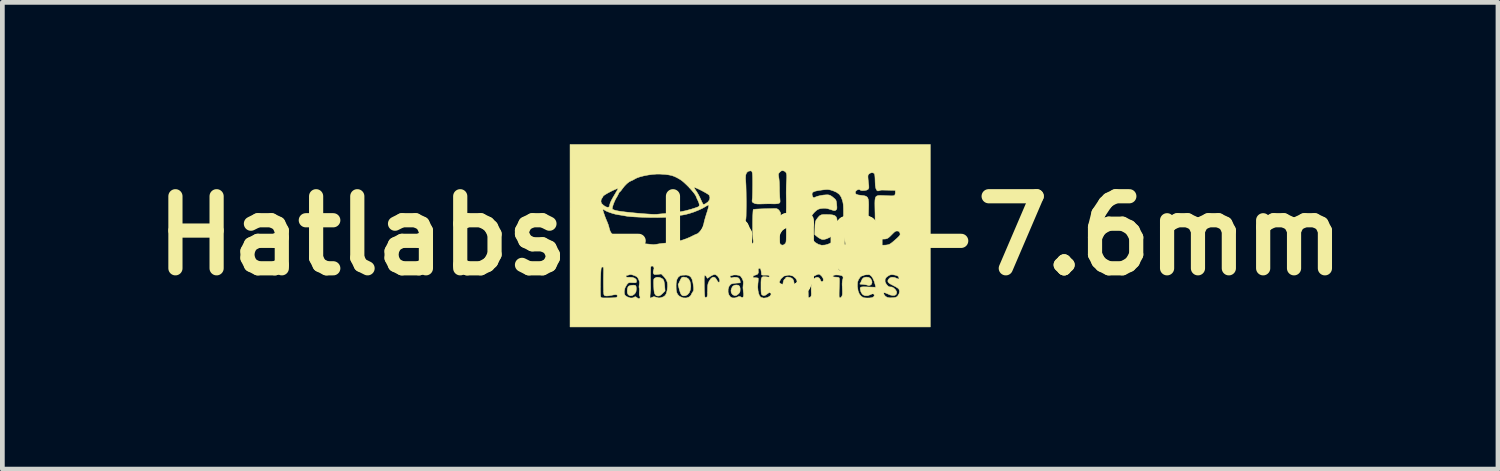
<source format=kicad_pcb>
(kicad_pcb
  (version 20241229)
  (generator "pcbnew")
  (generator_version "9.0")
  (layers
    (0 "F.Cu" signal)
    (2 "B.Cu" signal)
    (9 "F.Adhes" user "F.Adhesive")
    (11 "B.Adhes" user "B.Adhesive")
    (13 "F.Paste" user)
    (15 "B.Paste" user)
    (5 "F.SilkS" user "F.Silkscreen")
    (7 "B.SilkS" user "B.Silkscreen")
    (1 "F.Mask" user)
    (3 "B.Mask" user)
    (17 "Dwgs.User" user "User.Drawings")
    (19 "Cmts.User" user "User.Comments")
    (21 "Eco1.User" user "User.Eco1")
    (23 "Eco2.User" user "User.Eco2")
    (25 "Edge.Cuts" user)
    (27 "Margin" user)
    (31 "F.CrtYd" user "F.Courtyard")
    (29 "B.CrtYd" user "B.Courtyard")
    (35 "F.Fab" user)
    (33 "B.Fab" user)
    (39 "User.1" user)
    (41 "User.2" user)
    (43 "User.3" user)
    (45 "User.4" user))
  (footprint "Hatlabs-logo-7.6mm"
    (layer "F.Cu")
    (at 12.816 1.935)
    (property "Reference" "Hatlabs-logo-7.6mm" (at 0 0 0) (layer "F.SilkS") (effects (font (size 1.524 1.524) (thickness 0.3))))
    (attr through_hole)
    (fp_poly (pts (xy -0.249 1.048) (xy -0.224 1.069) (xy -0.213 1.109) (xy -0.212 1.139) (xy -0.215 1.18) (xy -0.227 1.208) (xy -0.252 1.234) (xy -0.291 1.262) (xy -0.326 1.268) (xy -0.362 1.252) (xy -0.373 1.244) (xy -0.4 1.207) (xy -0.406 1.159) (xy -0.393 1.11) (xy -0.368 1.068) (xy -0.329 1.046) (xy -0.29 1.042) (xy -0.249 1.048)) (stroke (width 0.01) (type solid)) (fill yes) (layer "F.SilkS"))
    (fp_poly (pts (xy -2.436 1.049) (xy -2.426 1.053) (xy -2.413 1.073) (xy -2.408 1.113) (xy -2.409 1.131) (xy -2.413 1.177) (xy -2.427 1.209) (xy -2.446 1.233) (xy -2.486 1.262) (xy -2.528 1.271) (xy -2.565 1.259) (xy -2.586 1.238) (xy -2.598 1.203) (xy -2.6 1.158) (xy -2.594 1.112) (xy -2.58 1.077) (xy -2.574 1.07) (xy -2.55 1.058) (xy -2.511 1.049) (xy -2.469 1.046) (xy -2.436 1.049)) (stroke (width 0.01) (type solid)) (fill yes) (layer "F.SilkS"))
    (fp_poly (pts (xy -1.343 0.887) (xy -1.3 0.918) (xy -1.272 0.97) (xy -1.259 1.042) (xy -1.257 1.076) (xy -1.266 1.147) (xy -1.289 1.205) (xy -1.325 1.247) (xy -1.371 1.27) (xy -1.413 1.272) (xy -1.438 1.264) (xy -1.459 1.244) (xy -1.477 1.207) (xy -1.495 1.151) (xy -1.503 1.118) (xy -1.524 1.036) (xy -1.486 0.956) (xy -1.466 0.914) (xy -1.451 0.89) (xy -1.435 0.879) (xy -1.413 0.876) (xy -1.4 0.876) (xy -1.343 0.887)) (stroke (width 0.01) (type solid)) (fill yes) (layer "F.SilkS"))
    (fp_poly (pts (xy 2.502 0.88) (xy 2.533 0.896) (xy 2.547 0.91) (xy 2.571 0.95) (xy 2.577 0.992) (xy 2.564 1.028) (xy 2.558 1.034) (xy 2.533 1.05) (xy 2.504 1.054) (xy 2.488 1.049) (xy 2.472 1.043) (xy 2.44 1.037) (xy 2.4 1.031) (xy 2.362 1.027) (xy 2.338 1.026) (xy 2.32 1.023) (xy 2.32 1.018) (xy 2.332 1.001) (xy 2.346 0.971) (xy 2.348 0.966) (xy 2.37 0.917) (xy 2.399 0.889) (xy 2.44 0.877) (xy 2.46 0.876) (xy 2.502 0.88)) (stroke (width 0.01) (type solid)) (fill yes) (layer "F.SilkS"))
    (fp_poly (pts (xy -1.923 0.882) (xy -1.887 0.894) (xy -1.857 0.91) (xy -1.836 0.931) (xy -1.823 0.963) (xy -1.814 1.011) (xy -1.808 1.064) (xy -1.8 1.166) (xy -1.849 1.217) (xy -1.892 1.256) (xy -1.928 1.274) (xy -1.963 1.274) (xy -1.977 1.27) (xy -2.001 1.255) (xy -2.018 1.231) (xy -2.029 1.194) (xy -2.036 1.139) (xy -2.04 1.062) (xy -2.04 1.058) (xy -2.042 0.996) (xy -2.041 0.954) (xy -2.039 0.928) (xy -2.033 0.911) (xy -2.023 0.901) (xy -2.016 0.896) (xy -1.974 0.878) (xy -1.923 0.882)) (stroke (width 0.01) (type solid)) (fill yes) (layer "F.SilkS"))
    (fp_poly (pts (xy 0.824 0.878) (xy 0.864 0.891) (xy 0.879 0.899) (xy 0.903 0.92) (xy 0.919 0.953) (xy 0.929 1.001) (xy 0.933 1.069) (xy 0.933 1.086) (xy 0.927 1.16) (xy 0.909 1.215) (xy 0.879 1.249) (xy 0.866 1.255) (xy 0.833 1.267) (xy 0.813 1.274) (xy 0.791 1.272) (xy 0.76 1.258) (xy 0.747 1.251) (xy 0.72 1.231) (xy 0.702 1.211) (xy 0.693 1.184) (xy 0.688 1.143) (xy 0.686 1.09) (xy 0.689 1.034) (xy 0.698 0.983) (xy 0.71 0.943) (xy 0.726 0.919) (xy 0.736 0.914) (xy 0.748 0.904) (xy 0.749 0.895) (xy 0.76 0.88) (xy 0.787 0.874) (xy 0.824 0.878)) (stroke (width 0.01) (type solid)) (fill yes) (layer "F.SilkS"))
    (fp_poly (pts (xy 1.682 -0.446) (xy 1.745 -0.439) (xy 1.789 -0.425) (xy 1.817 -0.4) (xy 1.833 -0.363) (xy 1.84 -0.311) (xy 1.841 -0.255) (xy 1.836 -0.166) (xy 1.817 -0.095) (xy 1.783 -0.04) (xy 1.731 0.006) (xy 1.678 0.037) (xy 1.613 0.066) (xy 1.563 0.079) (xy 1.522 0.079) (xy 1.491 0.068) (xy 1.455 0.048) (xy 1.416 0.02) (xy 1.408 0.013) (xy 1.365 -0.023) (xy 1.369 -0.16) (xy 1.371 -0.223) (xy 1.375 -0.267) (xy 1.381 -0.298) (xy 1.39 -0.322) (xy 1.404 -0.344) (xy 1.441 -0.393) (xy 1.472 -0.424) (xy 1.506 -0.441) (xy 1.55 -0.448) (xy 1.597 -0.448) (xy 1.682 -0.446)) (stroke (width 0.01) (type solid)) (fill yes) (layer "F.SilkS"))
    (fp_poly (pts (xy 3.81 1.93) (xy -3.81 1.93) (xy -3.81 1.154) (xy -3.168 1.154) (xy -3.167 1.215) (xy -3.165 1.261) (xy -3.162 1.288) (xy -3.161 1.291) (xy -3.156 1.302) (xy -3.146 1.309) (xy -3.129 1.314) (xy -3.098 1.316) (xy -3.05 1.316) (xy -2.99 1.316) (xy -2.921 1.314) (xy -2.873 1.312) (xy -2.843 1.308) (xy -2.825 1.302) (xy -2.815 1.293) (xy -2.814 1.292) (xy -2.808 1.268) (xy -2.817 1.255) (xy -2.83 1.248) (xy -2.854 1.247) (xy -2.893 1.252) (xy -2.934 1.261) (xy -2.999 1.272) (xy -3.044 1.274) (xy -3.067 1.27) (xy -3.08 1.264) (xy -3.089 1.255) (xy -3.095 1.239) (xy -3.098 1.212) (xy -3.1 1.176) (xy -2.663 1.176) (xy -2.661 1.219) (xy -2.652 1.251) (xy -2.633 1.273) (xy -2.598 1.294) (xy -2.598 1.294) (xy -2.54 1.316) (xy -2.494 1.318) (xy -2.455 1.302) (xy -2.434 1.29) (xy -2.415 1.295) (xy -2.398 1.308) (xy -2.364 1.33) (xy -2.339 1.329) (xy -2.329 1.314) (xy -2.329 1.303) (xy -2.118 1.303) (xy -2.116 1.32) (xy -2.115 1.321) (xy -2.099 1.315) (xy -2.072 1.303) (xy -2.071 1.302) (xy -2.044 1.291) (xy -2.02 1.292) (xy -1.985 1.303) (xy -1.985 1.303) (xy -1.945 1.315) (xy -1.908 1.315) (xy -1.88 1.308) (xy -1.831 1.29) (xy -1.797 1.263) (xy -1.774 1.223) (xy -1.758 1.164) (xy -1.754 1.141) (xy -1.746 1.06) (xy -1.567 1.06) (xy -1.565 1.138) (xy -1.555 1.197) (xy -1.535 1.24) (xy -1.504 1.273) (xy -1.482 1.288) (xy -1.417 1.315) (xy -1.352 1.317) (xy -1.301 1.301) (xy -1.27 1.28) (xy -1.251 1.256) (xy -1.25 1.253) (xy -1.236 1.224) (xy -1.216 1.192) (xy -1.202 1.169) (xy -1.196 1.143) (xy -1.196 1.106) (xy -1.199 1.077) (xy -1.211 0.992) (xy -1.219 0.962) (xy -0.972 0.962) (xy -0.971 1.036) (xy -0.971 1.06) (xy -0.969 1.148) (xy -0.966 1.214) (xy -0.963 1.26) (xy -0.959 1.289) (xy -0.953 1.304) (xy -0.946 1.308) (xy -0.932 1.304) (xy -0.922 1.3) (xy -0.913 1.293) (xy -0.907 1.275) (xy -0.903 1.243) (xy -0.902 1.194) (xy -0.467 1.194) (xy -0.45 1.251) (xy -0.418 1.295) (xy -0.374 1.316) (xy -0.32 1.316) (xy -0.273 1.299) (xy -0.239 1.286) (xy -0.216 1.286) (xy -0.203 1.293) (xy -0.178 1.305) (xy -0.165 1.308) (xy -0.148 1.297) (xy -0.139 1.267) (xy -0.139 1.223) (xy -0.145 1.188) (xy -0.153 1.1) (xy -0.149 1.048) (xy -0.144 1.001) (xy -0.146 0.966) (xy -0.158 0.93) (xy -0.166 0.912) (xy -0.184 0.88) (xy 0.059 0.88) (xy 0.071 0.887) (xy 0.102 0.889) (xy 0.108 0.889) (xy 0.143 0.891) (xy 0.166 0.896) (xy 0.17 0.899) (xy 0.171 0.915) (xy 0.17 0.95) (xy 0.166 0.997) (xy 0.164 1.011) (xy 0.16 1.088) (xy 0.166 1.16) (xy 0.179 1.224) (xy 0.199 1.273) (xy 0.224 1.302) (xy 0.229 1.304) (xy 0.286 1.32) (xy 0.35 1.312) (xy 0.372 1.304) (xy 0.417 1.278) (xy 0.441 1.244) (xy 0.446 1.226) (xy 0.443 1.203) (xy 0.424 1.197) (xy 0.395 1.207) (xy 0.361 1.231) (xy 0.318 1.261) (xy 0.283 1.268) (xy 0.252 1.253) (xy 0.249 1.25) (xy 0.24 1.237) (xy 0.234 1.215) (xy 0.231 1.179) (xy 0.229 1.126) (xy 0.229 1.06) (xy 0.229 1.036) (xy 0.613 1.036) (xy 0.616 1.065) (xy 0.626 1.137) (xy 0.639 1.19) (xy 0.658 1.229) (xy 0.683 1.261) (xy 0.689 1.266) (xy 0.731 1.298) (xy 0.776 1.313) (xy 0.83 1.311) (xy 0.877 1.3) (xy 0.897 1.289) (xy 0.926 1.265) (xy 0.94 1.251) (xy 0.956 1.234) (xy 0.967 1.22) (xy 0.976 1.202) (xy 0.981 1.178) (xy 0.985 1.143) (xy 0.989 1.092) (xy 0.993 1.022) (xy 0.994 0.997) (xy 0.986 0.941) (xy 0.955 0.893) (xy 0.932 0.876) (xy 1.217 0.876) (xy 1.217 0.877) (xy 1.219 0.905) (xy 1.221 0.953) (xy 1.223 1.015) (xy 1.224 1.083) (xy 1.225 1.105) (xy 1.226 1.171) (xy 1.228 1.228) (xy 1.229 1.271) (xy 1.23 1.295) (xy 1.23 1.299) (xy 1.242 1.308) (xy 1.263 1.304) (xy 1.283 1.289) (xy 1.291 1.268) (xy 1.294 1.231) (xy 1.291 1.174) (xy 1.291 1.171) (xy 1.29 1.074) (xy 1.306 0.993) (xy 1.337 0.929) (xy 1.352 0.91) (xy 1.39 0.884) (xy 1.428 0.879) (xy 1.462 0.896) (xy 1.484 0.931) (xy 1.488 0.946) (xy 1.503 0.968) (xy 1.518 0.972) (xy 1.54 0.962) (xy 1.548 0.938) (xy 1.543 0.905) (xy 1.523 0.869) (xy 1.511 0.854) (xy 1.51 0.854) (xy 1.747 0.854) (xy 1.751 0.866) (xy 1.778 0.874) (xy 1.815 0.876) (xy 1.858 0.879) (xy 1.88 0.889) (xy 1.885 0.896) (xy 1.887 0.916) (xy 1.888 0.955) (xy 1.887 1.01) (xy 1.885 1.075) (xy 1.884 1.098) (xy 1.882 1.165) (xy 1.881 1.224) (xy 1.881 1.269) (xy 1.883 1.297) (xy 1.884 1.301) (xy 1.898 1.314) (xy 1.917 1.309) (xy 1.935 1.288) (xy 1.948 1.257) (xy 1.948 1.256) (xy 1.951 1.225) (xy 1.951 1.177) (xy 1.949 1.121) (xy 1.948 1.099) (xy 1.946 1.044) (xy 2.267 1.044) (xy 2.269 1.081) (xy 2.283 1.169) (xy 2.31 1.236) (xy 2.351 1.283) (xy 2.394 1.309) (xy 2.425 1.315) (xy 2.472 1.318) (xy 2.522 1.317) (xy 2.565 1.312) (xy 2.577 1.31) (xy 2.61 1.293) (xy 2.626 1.269) (xy 2.62 1.244) (xy 2.616 1.239) (xy 2.601 1.228) (xy 2.583 1.229) (xy 2.554 1.242) (xy 2.549 1.245) (xy 2.487 1.268) (xy 2.431 1.269) (xy 2.385 1.249) (xy 2.362 1.221) (xy 2.822 1.221) (xy 2.83 1.241) (xy 2.859 1.28) (xy 2.898 1.304) (xy 2.951 1.314) (xy 3.023 1.312) (xy 3.068 1.306) (xy 3.098 1.294) (xy 3.121 1.273) (xy 3.15 1.224) (xy 3.159 1.174) (xy 3.148 1.135) (xy 3.127 1.112) (xy 3.084 1.084) (xy 3.028 1.054) (xy 2.968 1.023) (xy 2.931 0.997) (xy 2.913 0.972) (xy 2.913 0.945) (xy 2.921 0.928) (xy 2.952 0.893) (xy 2.997 0.878) (xy 3.052 0.883) (xy 3.099 0.902) (xy 3.133 0.916) (xy 3.147 0.914) (xy 3.146 0.893) (xy 3.138 0.871) (xy 3.122 0.853) (xy 3.087 0.839) (xy 3.055 0.831) (xy 3.011 0.824) (xy 2.981 0.824) (xy 2.953 0.832) (xy 2.929 0.844) (xy 2.879 0.88) (xy 2.854 0.922) (xy 2.853 0.969) (xy 2.857 0.981) (xy 2.877 1.022) (xy 2.905 1.056) (xy 2.934 1.079) (xy 2.959 1.083) (xy 2.995 1.085) (xy 3.034 1.105) (xy 3.069 1.137) (xy 3.093 1.174) (xy 3.099 1.202) (xy 3.089 1.239) (xy 3.062 1.26) (xy 3.019 1.265) (xy 2.963 1.254) (xy 2.895 1.225) (xy 2.853 1.208) (xy 2.828 1.206) (xy 2.822 1.221) (xy 2.362 1.221) (xy 2.352 1.208) (xy 2.339 1.177) (xy 2.329 1.138) (xy 2.326 1.111) (xy 2.334 1.094) (xy 2.356 1.084) (xy 2.395 1.081) (xy 2.454 1.082) (xy 2.496 1.084) (xy 2.656 1.09) (xy 2.647 1.05) (xy 2.625 0.971) (xy 2.598 0.907) (xy 2.566 0.858) (xy 2.532 0.83) (xy 2.511 0.824) (xy 2.441 0.827) (xy 2.381 0.841) (xy 2.337 0.865) (xy 2.327 0.876) (xy 2.291 0.928) (xy 2.272 0.981) (xy 2.267 1.044) (xy 1.946 1.044) (xy 1.945 1.015) (xy 1.95 0.955) (xy 1.955 0.936) (xy 1.966 0.892) (xy 1.961 0.863) (xy 1.939 0.845) (xy 1.895 0.835) (xy 1.874 0.832) (xy 1.814 0.829) (xy 1.774 0.835) (xy 1.766 0.838) (xy 1.747 0.854) (xy 1.51 0.854) (xy 1.484 0.829) (xy 1.461 0.814) (xy 1.455 0.813) (xy 1.429 0.818) (xy 1.393 0.833) (xy 1.356 0.851) (xy 1.326 0.87) (xy 1.312 0.884) (xy 1.299 0.901) (xy 1.284 0.894) (xy 1.268 0.864) (xy 1.268 0.863) (xy 1.251 0.833) (xy 1.233 0.826) (xy 1.22 0.841) (xy 1.217 0.876) (xy 0.932 0.876) (xy 0.9 0.852) (xy 0.836 0.828) (xy 0.773 0.83) (xy 0.712 0.857) (xy 0.702 0.864) (xy 0.65 0.913) (xy 0.621 0.969) (xy 0.613 1.036) (xy 0.229 1.036) (xy 0.229 0.984) (xy 0.232 0.929) (xy 0.24 0.894) (xy 0.255 0.874) (xy 0.278 0.866) (xy 0.313 0.866) (xy 0.345 0.87) (xy 0.383 0.875) (xy 0.401 0.873) (xy 0.405 0.864) (xy 0.404 0.855) (xy 0.398 0.842) (xy 0.383 0.836) (xy 0.352 0.834) (xy 0.32 0.835) (xy 0.272 0.835) (xy 0.246 0.83) (xy 0.24 0.822) (xy 0.236 0.773) (xy 0.228 0.729) (xy 0.22 0.7) (xy 0.216 0.694) (xy 0.196 0.688) (xy 0.184 0.69) (xy 0.171 0.702) (xy 0.17 0.727) (xy 0.172 0.743) (xy 0.173 0.786) (xy 0.155 0.815) (xy 0.116 0.831) (xy 0.108 0.833) (xy 0.073 0.846) (xy 0.06 0.865) (xy 0.059 0.88) (xy -0.184 0.88) (xy -0.188 0.873) (xy -0.21 0.851) (xy -0.24 0.839) (xy -0.24 0.839) (xy -0.282 0.831) (xy -0.329 0.829) (xy -0.373 0.832) (xy -0.407 0.838) (xy -0.425 0.849) (xy -0.426 0.852) (xy -0.419 0.881) (xy -0.399 0.893) (xy -0.381 0.889) (xy -0.34 0.878) (xy -0.292 0.879) (xy -0.251 0.892) (xy -0.242 0.899) (xy -0.221 0.928) (xy -0.212 0.959) (xy -0.21 0.997) (xy -0.3 1.003) (xy -0.349 1.009) (xy -0.39 1.018) (xy -0.412 1.028) (xy -0.448 1.073) (xy -0.466 1.131) (xy -0.467 1.194) (xy -0.902 1.194) (xy -0.902 1.192) (xy -0.902 1.16) (xy -0.901 1.097) (xy -0.898 1.052) (xy -0.892 1.018) (xy -0.88 0.987) (xy -0.87 0.965) (xy -0.836 0.912) (xy -0.801 0.882) (xy -0.767 0.876) (xy -0.735 0.893) (xy -0.712 0.926) (xy -0.69 0.964) (xy -0.674 0.982) (xy -0.659 0.984) (xy -0.651 0.98) (xy -0.642 0.961) (xy -0.647 0.93) (xy -0.662 0.894) (xy -0.685 0.86) (xy -0.699 0.846) (xy -0.728 0.826) (xy -0.754 0.821) (xy -0.776 0.826) (xy -0.812 0.841) (xy -0.851 0.865) (xy -0.859 0.871) (xy -0.886 0.89) (xy -0.903 0.9) (xy -0.906 0.9) (xy -0.927 0.864) (xy -0.944 0.846) (xy -0.955 0.841) (xy -0.962 0.842) (xy -0.967 0.852) (xy -0.97 0.872) (xy -0.972 0.908) (xy -0.972 0.962) (xy -1.219 0.962) (xy -1.227 0.928) (xy -1.249 0.883) (xy -1.279 0.854) (xy -1.319 0.837) (xy -1.35 0.832) (xy -1.424 0.83) (xy -1.481 0.845) (xy -1.523 0.878) (xy -1.551 0.93) (xy -1.565 1.004) (xy -1.567 1.06) (xy -1.746 1.06) (xy -1.746 1.057) (xy -1.752 0.989) (xy -1.775 0.931) (xy -1.815 0.876) (xy -1.824 0.866) (xy -1.879 0.809) (xy -1.955 0.818) (xy -1.998 0.822) (xy -2.023 0.821) (xy -2.037 0.812) (xy -2.045 0.8) (xy -2.052 0.772) (xy -2.045 0.735) (xy -2.043 0.729) (xy -2.033 0.691) (xy -2.036 0.681) (xy 1.861 0.681) (xy 1.87 0.713) (xy 1.874 0.72) (xy 1.9 0.744) (xy 1.926 0.747) (xy 1.947 0.729) (xy 1.954 0.706) (xy 1.949 0.671) (xy 1.926 0.652) (xy 1.897 0.648) (xy 1.87 0.657) (xy 1.861 0.681) (xy -2.036 0.681) (xy -2.039 0.664) (xy -2.04 0.663) (xy -2.062 0.642) (xy -2.086 0.64) (xy -2.101 0.657) (xy -2.104 0.675) (xy -2.106 0.715) (xy -2.107 0.77) (xy -2.108 0.836) (xy -2.108 0.909) (xy -2.107 0.983) (xy -2.106 1.053) (xy -2.105 1.099) (xy -2.105 1.123) (xy -2.108 1.165) (xy -2.113 1.215) (xy -2.114 1.222) (xy -2.118 1.269) (xy -2.118 1.303) (xy -2.329 1.303) (xy -2.33 1.289) (xy -2.337 1.276) (xy -2.346 1.247) (xy -2.345 1.196) (xy -2.345 1.191) (xy -2.342 1.15) (xy -2.344 1.118) (xy -2.347 1.107) (xy -2.352 1.085) (xy -2.348 1.049) (xy -2.346 1.037) (xy -2.34 0.997) (xy -2.345 0.962) (xy -2.359 0.924) (xy -2.377 0.89) (xy -2.397 0.868) (xy -2.429 0.851) (xy -2.457 0.84) (xy -2.504 0.824) (xy -2.536 0.821) (xy -2.553 0.825) (xy -2.586 0.836) (xy -2.604 0.838) (xy -2.624 0.845) (xy -2.626 0.86) (xy -2.62 0.873) (xy -2.602 0.879) (xy -2.567 0.88) (xy -2.552 0.879) (xy -2.491 0.882) (xy -2.444 0.898) (xy -2.413 0.923) (xy -2.402 0.957) (xy -2.403 0.962) (xy -2.406 0.981) (xy -2.414 0.991) (xy -2.433 0.995) (xy -2.47 0.994) (xy -2.49 0.993) (xy -2.536 0.992) (xy -2.564 0.994) (xy -2.582 1.004) (xy -2.6 1.024) (xy -2.609 1.035) (xy -2.648 1.104) (xy -2.663 1.176) (xy -3.1 1.176) (xy -3.1 1.168) (xy -3.102 1.103) (xy -3.102 1.096) (xy -3.103 1.017) (xy -3.103 0.93) (xy -3.102 0.848) (xy -3.101 0.797) (xy -3.1 0.735) (xy -3.101 0.694) (xy -3.105 0.671) (xy -3.111 0.661) (xy -3.116 0.66) (xy -3.139 0.669) (xy -3.148 0.677) (xy -3.152 0.695) (xy -3.156 0.733) (xy -3.16 0.788) (xy -3.163 0.855) (xy -3.165 0.929) (xy -3.167 1.007) (xy -3.168 1.083) (xy -3.168 1.154) (xy -3.81 1.154) (xy -3.81 -0.55) (xy -3.116 -0.55) (xy -3.112 -0.527) (xy -3.099 -0.485) (xy -3.077 -0.423) (xy -3.074 -0.413) (xy -3.054 -0.362) (xy -3.034 -0.313) (xy -3.022 -0.286) (xy -3.004 -0.24) (xy -2.988 -0.189) (xy -2.985 -0.173) (xy -2.962 -0.098) (xy -2.933 -0.047) (xy -2.905 -0.024) (xy -2.872 -0.004) (xy -2.851 0.013) (xy -2.826 0.028) (xy -2.782 0.046) (xy -2.726 0.067) (xy -2.665 0.087) (xy -2.604 0.104) (xy -2.551 0.117) (xy -2.511 0.124) (xy -2.499 0.125) (xy -2.464 0.127) (xy -2.438 0.133) (xy -2.437 0.134) (xy -2.412 0.143) (xy -2.363 0.152) (xy -2.292 0.162) (xy -2.201 0.173) (xy -2.159 0.177) (xy -2.111 0.182) (xy -2.072 0.186) (xy -2.049 0.188) (xy -2.048 0.188) (xy -2.029 0.187) (xy -1.992 0.183) (xy -1.943 0.175) (xy -1.921 0.171) (xy -1.86 0.163) (xy -1.799 0.157) (xy -1.748 0.154) (xy -1.74 0.155) (xy -1.679 0.151) (xy -1.603 0.138) (xy -1.517 0.117) (xy -1.428 0.091) (xy -1.393 0.079) (xy -0.1 0.079) (xy -0.098 0.125) (xy -0.091 0.156) (xy -0.079 0.176) (xy -0.064 0.187) (xy -0.03 0.201) (xy -0.005 0.199) (xy 0.026 0.182) (xy 0.026 0.182) (xy 0.056 0.158) (xy 0.068 0.136) (xy 0.066 0.105) (xy 0.063 0.091) (xy 0.059 0.059) (xy 0.056 0.009) (xy 0.054 -0.054) (xy 0.052 -0.128) (xy 0.052 -0.206) (xy 0.052 -0.285) (xy 0.053 -0.362) (xy 0.055 -0.431) (xy 0.058 -0.488) (xy 0.061 -0.53) (xy 0.066 -0.553) (xy 0.067 -0.555) (xy 0.085 -0.558) (xy 0.123 -0.562) (xy 0.177 -0.565) (xy 0.242 -0.568) (xy 0.279 -0.569) (xy 0.352 -0.571) (xy 0.419 -0.572) (xy 0.475 -0.574) (xy 0.515 -0.575) (xy 0.526 -0.575) (xy 0.563 -0.572) (xy 0.591 -0.556) (xy 0.611 -0.536) (xy 0.638 -0.495) (xy 0.647 -0.457) (xy 0.637 -0.427) (xy 0.635 -0.424) (xy 0.631 -0.408) (xy 0.627 -0.368) (xy 0.624 -0.309) (xy 0.621 -0.234) (xy 0.619 -0.144) (xy 0.619 -0.13) (xy 0.618 -0.037) (xy 0.618 0.034) (xy 0.619 0.086) (xy 0.621 0.123) (xy 0.625 0.148) (xy 0.63 0.165) (xy 0.637 0.176) (xy 0.638 0.178) (xy 0.67 0.2) (xy 0.703 0.197) (xy 0.736 0.172) (xy 0.743 0.165) (xy 0.749 0.158) (xy 0.753 0.148) (xy 0.757 0.135) (xy 0.76 0.114) (xy 0.762 0.085) (xy 0.763 0.044) (xy 0.764 -0.011) (xy 0.764 -0.081) (xy 0.763 -0.17) (xy 0.763 -0.197) (xy 1.223 -0.197) (xy 1.225 -0.095) (xy 1.23 -0.05) (xy 1.237 -0.018) (xy 1.249 0.009) (xy 1.27 0.037) (xy 1.305 0.075) (xy 1.312 0.083) (xy 1.38 0.146) (xy 1.446 0.185) (xy 1.513 0.202) (xy 1.585 0.197) (xy 1.645 0.18) (xy 1.694 0.159) (xy 1.747 0.131) (xy 1.771 0.117) (xy 1.813 0.094) (xy 1.838 0.086) (xy 1.851 0.094) (xy 1.854 0.118) (xy 1.854 0.118) (xy 1.862 0.149) (xy 1.878 0.177) (xy 1.897 0.196) (xy 1.92 0.202) (xy 1.955 0.2) (xy 1.99 0.194) (xy 2.013 0.187) (xy 2.016 0.185) (xy 2.016 0.171) (xy 2.01 0.138) (xy 1.999 0.094) (xy 1.997 0.086) (xy 1.989 0.055) (xy 1.983 0.025) (xy 1.978 -0.008) (xy 1.975 -0.048) (xy 1.973 -0.099) (xy 1.973 -0.165) (xy 1.973 -0.249) (xy 1.974 -0.33) (xy 1.974 -0.433) (xy 1.974 -0.513) (xy 1.973 -0.576) (xy 1.971 -0.625) (xy 1.968 -0.664) (xy 1.963 -0.697) (xy 1.956 -0.727) (xy 1.952 -0.743) (xy 1.925 -0.817) (xy 1.887 -0.873) (xy 1.834 -0.914) (xy 2.223 -0.914) (xy 2.229 -0.89) (xy 2.251 -0.873) (xy 2.292 -0.861) (xy 2.355 -0.853) (xy 2.355 -0.852) (xy 2.402 -0.847) (xy 2.439 -0.838) (xy 2.466 -0.824) (xy 2.486 -0.801) (xy 2.498 -0.766) (xy 2.504 -0.717) (xy 2.506 -0.65) (xy 2.504 -0.563) (xy 2.502 -0.487) (xy 2.499 -0.408) (xy 2.498 -0.333) (xy 2.499 -0.269) (xy 2.501 -0.219) (xy 2.503 -0.194) (xy 2.509 -0.143) (xy 2.513 -0.086) (xy 2.514 -0.066) (xy 2.527 0.015) (xy 2.562 0.086) (xy 2.599 0.128) (xy 2.64 0.164) (xy 2.672 0.186) (xy 2.706 0.198) (xy 2.748 0.202) (xy 2.807 0.201) (xy 2.813 0.201) (xy 2.872 0.198) (xy 2.912 0.192) (xy 2.942 0.183) (xy 2.968 0.168) (xy 2.973 0.165) (xy 3.005 0.141) (xy 3.046 0.106) (xy 3.09 0.067) (xy 3.099 0.06) (xy 3.137 0.023) (xy 3.16 -0.002) (xy 3.17 -0.02) (xy 3.171 -0.038) (xy 3.167 -0.055) (xy 3.154 -0.084) (xy 3.131 -0.097) (xy 3.114 -0.099) (xy 3.092 -0.099) (xy 3.071 -0.092) (xy 3.046 -0.073) (xy 3.013 -0.041) (xy 2.993 -0.021) (xy 2.952 0.02) (xy 2.922 0.045) (xy 2.895 0.06) (xy 2.865 0.068) (xy 2.853 0.07) (xy 2.786 0.072) (xy 2.725 0.058) (xy 2.679 0.031) (xy 2.672 0.024) (xy 2.659 0.004) (xy 2.651 -0.024) (xy 2.648 -0.067) (xy 2.646 -0.106) (xy 2.646 -0.15) (xy 2.645 -0.213) (xy 2.644 -0.292) (xy 2.642 -0.379) (xy 2.641 -0.47) (xy 2.64 -0.503) (xy 2.638 -0.608) (xy 2.637 -0.689) (xy 2.639 -0.75) (xy 2.646 -0.794) (xy 2.659 -0.824) (xy 2.681 -0.841) (xy 2.712 -0.85) (xy 2.755 -0.851) (xy 2.812 -0.85) (xy 2.867 -0.847) (xy 2.938 -0.844) (xy 2.988 -0.843) (xy 3.022 -0.844) (xy 3.042 -0.848) (xy 3.053 -0.854) (xy 3.06 -0.863) (xy 3.061 -0.865) (xy 3.07 -0.897) (xy 3.071 -0.925) (xy 3.067 -0.959) (xy 2.94 -0.962) (xy 2.883 -0.963) (xy 2.832 -0.964) (xy 2.795 -0.965) (xy 2.783 -0.965) (xy 2.751 -0.961) (xy 2.734 -0.954) (xy 2.701 -0.946) (xy 2.676 -0.962) (xy 2.657 -1.003) (xy 2.646 -1.068) (xy 2.642 -1.157) (xy 2.642 -1.168) (xy 2.64 -1.222) (xy 2.637 -1.269) (xy 2.631 -1.301) (xy 2.628 -1.309) (xy 2.605 -1.329) (xy 2.571 -1.333) (xy 2.534 -1.322) (xy 2.513 -1.306) (xy 2.498 -1.289) (xy 2.491 -1.268) (xy 2.491 -1.237) (xy 2.494 -1.195) (xy 2.499 -1.142) (xy 2.505 -1.091) (xy 2.509 -1.06) (xy 2.51 -1.014) (xy 2.496 -0.983) (xy 2.462 -0.964) (xy 2.41 -0.955) (xy 2.364 -0.954) (xy 2.336 -0.96) (xy 2.331 -0.964) (xy 2.311 -0.977) (xy 2.281 -0.975) (xy 2.252 -0.96) (xy 2.23 -0.937) (xy 2.223 -0.914) (xy 1.834 -0.914) (xy 1.834 -0.915) (xy 1.761 -0.947) (xy 1.743 -0.953) (xy 1.7 -0.967) (xy 1.666 -0.974) (xy 1.633 -0.977) (xy 1.593 -0.975) (xy 1.538 -0.969) (xy 1.521 -0.967) (xy 1.44 -0.955) (xy 1.381 -0.943) (xy 1.342 -0.929) (xy 1.319 -0.912) (xy 1.309 -0.89) (xy 1.308 -0.879) (xy 1.314 -0.844) (xy 1.325 -0.82) (xy 1.338 -0.806) (xy 1.352 -0.804) (xy 1.377 -0.815) (xy 1.384 -0.819) (xy 1.425 -0.834) (xy 1.482 -0.848) (xy 1.545 -0.859) (xy 1.606 -0.864) (xy 1.638 -0.865) (xy 1.668 -0.861) (xy 1.697 -0.85) (xy 1.73 -0.829) (xy 1.774 -0.793) (xy 1.777 -0.791) (xy 1.8 -0.769) (xy 1.815 -0.747) (xy 1.823 -0.718) (xy 1.829 -0.673) (xy 1.83 -0.659) (xy 1.834 -0.61) (xy 1.834 -0.579) (xy 1.829 -0.56) (xy 1.817 -0.546) (xy 1.815 -0.544) (xy 1.801 -0.534) (xy 1.785 -0.53) (xy 1.761 -0.534) (xy 1.723 -0.546) (xy 1.698 -0.554) (xy 1.64 -0.572) (xy 1.593 -0.58) (xy 1.545 -0.58) (xy 1.533 -0.579) (xy 1.48 -0.572) (xy 1.439 -0.559) (xy 1.404 -0.537) (xy 1.365 -0.502) (xy 1.343 -0.479) (xy 1.281 -0.396) (xy 1.241 -0.302) (xy 1.223 -0.197) (xy 0.763 -0.197) (xy 0.762 -0.279) (xy 0.761 -0.411) (xy 0.761 -0.425) (xy 0.762 -0.478) (xy 0.763 -0.536) (xy 0.764 -0.559) (xy 0.765 -0.597) (xy 0.765 -0.653) (xy 0.765 -0.722) (xy 0.764 -0.796) (xy 0.763 -0.826) (xy 0.762 -0.907) (xy 0.763 -0.993) (xy 0.765 -1.073) (xy 0.768 -1.139) (xy 0.769 -1.151) (xy 0.773 -1.226) (xy 0.773 -1.279) (xy 0.767 -1.316) (xy 0.754 -1.342) (xy 0.734 -1.359) (xy 0.724 -1.365) (xy 0.688 -1.377) (xy 0.657 -1.37) (xy 0.623 -1.342) (xy 0.617 -1.334) (xy 0.604 -1.317) (xy 0.598 -1.297) (xy 0.6 -1.268) (xy 0.606 -1.228) (xy 0.612 -1.18) (xy 0.617 -1.117) (xy 0.619 -1.049) (xy 0.62 -1.016) (xy 0.62 -0.948) (xy 0.623 -0.877) (xy 0.626 -0.815) (xy 0.628 -0.792) (xy 0.632 -0.744) (xy 0.632 -0.715) (xy 0.627 -0.699) (xy 0.615 -0.689) (xy 0.609 -0.686) (xy 0.581 -0.678) (xy 0.539 -0.674) (xy 0.506 -0.673) (xy 0.434 -0.675) (xy 0.361 -0.675) (xy 0.276 -0.673) (xy 0.216 -0.671) (xy 0.157 -0.671) (xy 0.115 -0.676) (xy 0.082 -0.688) (xy 0.078 -0.69) (xy 0.051 -0.707) (xy 0.041 -0.724) (xy 0.041 -0.752) (xy 0.043 -0.766) (xy 0.047 -0.802) (xy 0.049 -0.857) (xy 0.051 -0.925) (xy 0.052 -1.001) (xy 0.053 -1.08) (xy 0.053 -1.156) (xy 0.052 -1.224) (xy 0.05 -1.279) (xy 0.047 -1.317) (xy 0.046 -1.324) (xy 0.037 -1.356) (xy 0.023 -1.369) (xy 0.005 -1.372) (xy -0.042 -1.362) (xy -0.075 -1.333) (xy -0.094 -1.284) (xy -0.098 -1.214) (xy -0.095 -1.164) (xy -0.092 -1.121) (xy -0.089 -1.061) (xy -0.087 -0.988) (xy -0.085 -0.905) (xy -0.084 -0.817) (xy -0.083 -0.726) (xy -0.083 -0.637) (xy -0.084 -0.554) (xy -0.085 -0.48) (xy -0.086 -0.418) (xy -0.089 -0.373) (xy -0.091 -0.349) (xy -0.093 -0.346) (xy -0.098 -0.321) (xy -0.091 -0.278) (xy -0.09 -0.271) (xy -0.083 -0.233) (xy -0.081 -0.188) (xy -0.084 -0.129) (xy -0.089 -0.071) (xy -0.097 0.015) (xy -0.1 0.079) (xy -1.393 0.079) (xy -1.343 0.061) (xy -1.268 0.029) (xy -1.246 0.018) (xy -1.198 -0.006) (xy -1.158 -0.025) (xy -1.131 -0.036) (xy -1.124 -0.038) (xy -1.105 -0.048) (xy -1.078 -0.073) (xy -1.048 -0.107) (xy -1.022 -0.145) (xy -1.009 -0.166) (xy -0.996 -0.201) (xy -0.982 -0.247) (xy -0.977 -0.274) (xy -0.967 -0.316) (xy -0.951 -0.374) (xy -0.932 -0.437) (xy -0.92 -0.474) (xy -0.902 -0.53) (xy -0.888 -0.58) (xy -0.879 -0.617) (xy -0.876 -0.632) (xy -0.878 -0.646) (xy -0.884 -0.65) (xy -0.901 -0.643) (xy -0.933 -0.624) (xy -0.947 -0.615) (xy -1.016 -0.576) (xy -1.099 -0.538) (xy -1.189 -0.502) (xy -1.281 -0.472) (xy -1.367 -0.449) (xy -1.442 -0.435) (xy -1.486 -0.432) (xy -1.53 -0.426) (xy -1.576 -0.413) (xy -1.583 -0.411) (xy -1.615 -0.402) (xy -1.67 -0.396) (xy -1.742 -0.391) (xy -1.829 -0.388) (xy -1.926 -0.386) (xy -2.031 -0.385) (xy -2.139 -0.386) (xy -2.247 -0.389) (xy -2.351 -0.393) (xy -2.448 -0.398) (xy -2.533 -0.404) (xy -2.604 -0.412) (xy -2.65 -0.42) (xy -2.697 -0.429) (xy -2.755 -0.438) (xy -2.794 -0.444) (xy -2.851 -0.455) (xy -2.916 -0.473) (xy -2.981 -0.495) (xy -3.038 -0.518) (xy -3.078 -0.54) (xy -3.099 -0.554) (xy -3.112 -0.558) (xy -3.116 -0.55) (xy -3.81 -0.55) (xy -3.81 -0.578) (xy -2.917 -0.578) (xy -2.916 -0.565) (xy -2.902 -0.554) (xy -2.869 -0.541) (xy -2.825 -0.529) (xy -2.823 -0.529) (xy -2.778 -0.52) (xy -2.714 -0.511) (xy -2.635 -0.501) (xy -2.547 -0.492) (xy -2.452 -0.482) (xy -2.355 -0.473) (xy -2.26 -0.465) (xy -2.172 -0.459) (xy -2.095 -0.454) (xy -2.034 -0.451) (xy -1.991 -0.452) (xy -1.981 -0.452) (xy -1.951 -0.455) (xy -1.903 -0.46) (xy -1.842 -0.465) (xy -1.778 -0.47) (xy -1.625 -0.484) (xy -1.49 -0.503) (xy -1.366 -0.528) (xy -1.248 -0.56) (xy -1.143 -0.594) (xy -1.104 -0.609) (xy -1.083 -0.622) (xy -1.076 -0.637) (xy -1.076 -0.658) (xy -1.085 -0.696) (xy -1.102 -0.736) (xy -1.103 -0.739) (xy -1.124 -0.781) (xy -1.142 -0.827) (xy -1.143 -0.829) (xy -1.16 -0.862) (xy -1.193 -0.908) (xy -1.237 -0.961) (xy -1.288 -1.017) (xy -1.293 -1.023) (xy -1.187 -1.023) (xy -1.186 -1.014) (xy -1.174 -0.994) (xy -1.15 -0.957) (xy -1.129 -0.926) (xy -1.1 -0.878) (xy -1.069 -0.819) (xy -1.042 -0.76) (xy -1.041 -0.758) (xy -1.021 -0.713) (xy -1.003 -0.679) (xy -0.99 -0.662) (xy -0.988 -0.66) (xy -0.968 -0.666) (xy -0.948 -0.675) (xy -0.896 -0.711) (xy -0.863 -0.754) (xy -0.851 -0.8) (xy -0.861 -0.846) (xy -0.869 -0.858) (xy -0.887 -0.874) (xy -0.923 -0.897) (xy -0.97 -0.924) (xy -1.024 -0.953) (xy -1.08 -0.981) (xy -1.13 -1.004) (xy -1.16 -1.015) (xy -1.177 -1.022) (xy -1.187 -1.023) (xy -1.293 -1.023) (xy -1.343 -1.073) (xy -1.397 -1.124) (xy -1.446 -1.165) (xy -1.48 -1.188) (xy -1.544 -1.225) (xy -1.602 -1.253) (xy -1.659 -1.273) (xy -1.722 -1.286) (xy -1.797 -1.296) (xy -1.89 -1.302) (xy -1.905 -1.303) (xy -1.981 -1.303) (xy -2.067 -1.296) (xy -2.157 -1.284) (xy -2.245 -1.267) (xy -2.325 -1.247) (xy -2.392 -1.224) (xy -2.438 -1.201) (xy -2.475 -1.179) (xy -2.509 -1.164) (xy -2.515 -1.162) (xy -2.558 -1.14) (xy -2.607 -1.102) (xy -2.657 -1.051) (xy -2.699 -0.998) (xy -2.725 -0.962) (xy -2.746 -0.937) (xy -2.758 -0.927) (xy -2.77 -0.917) (xy -2.782 -0.892) (xy -2.797 -0.861) (xy -2.819 -0.82) (xy -2.832 -0.8) (xy -2.854 -0.759) (xy -2.876 -0.71) (xy -2.896 -0.659) (xy -2.91 -0.613) (xy -2.917 -0.578) (xy -3.81 -0.578) (xy -3.81 -0.72) (xy -3.156 -0.72) (xy -3.144 -0.684) (xy -3.14 -0.679) (xy -3.099 -0.64) (xy -3.055 -0.612) (xy -3.018 -0.6) (xy -3.01 -0.6) (xy -2.989 -0.606) (xy -2.977 -0.624) (xy -2.971 -0.655) (xy -2.96 -0.693) (xy -2.935 -0.748) (xy -2.897 -0.817) (xy -2.879 -0.847) (xy -2.847 -0.901) (xy -2.821 -0.946) (xy -2.802 -0.978) (xy -2.794 -0.994) (xy -2.794 -0.995) (xy -2.804 -0.997) (xy -2.831 -0.989) (xy -2.871 -0.972) (xy -2.919 -0.95) (xy -2.97 -0.924) (xy -3.019 -0.898) (xy -3.062 -0.872) (xy -3.094 -0.851) (xy -3.11 -0.836) (xy -3.111 -0.833) (xy -3.119 -0.815) (xy -3.13 -0.8) (xy -3.152 -0.762) (xy -3.156 -0.72) (xy -3.81 -0.72) (xy -3.81 -1.93) (xy 3.81 -1.93) (xy 3.81 1.93)) (stroke (width 0.01) (type solid)) (fill yes) (layer "F.SilkS")))
  (gr_rect
    (start -3 -3)
    (end 28.632 6.871)
    (stroke (width 0.1) (type default))
    (fill no)
    (layer "Edge.Cuts")))
</source>
